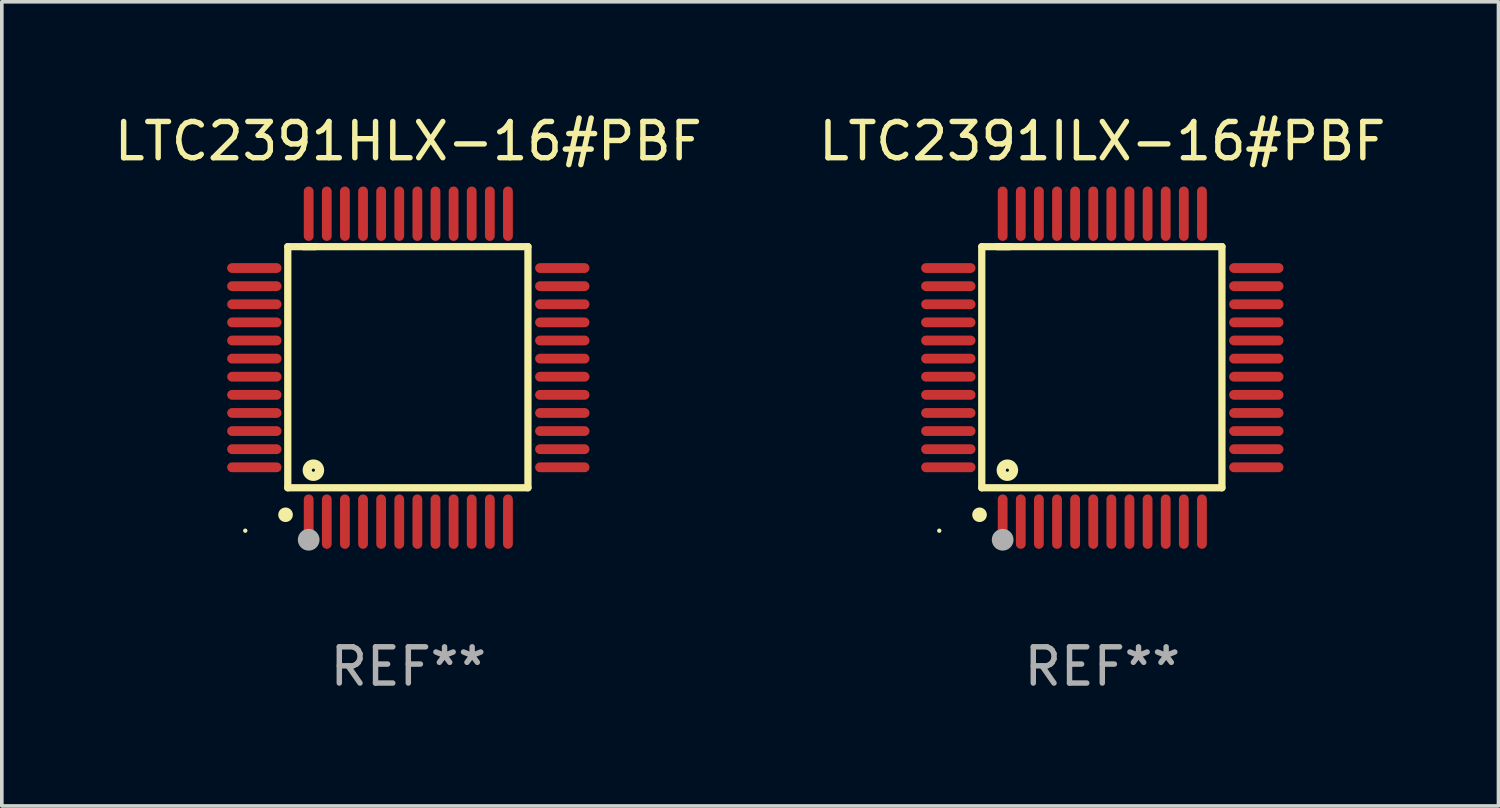
<source format=kicad_pcb>
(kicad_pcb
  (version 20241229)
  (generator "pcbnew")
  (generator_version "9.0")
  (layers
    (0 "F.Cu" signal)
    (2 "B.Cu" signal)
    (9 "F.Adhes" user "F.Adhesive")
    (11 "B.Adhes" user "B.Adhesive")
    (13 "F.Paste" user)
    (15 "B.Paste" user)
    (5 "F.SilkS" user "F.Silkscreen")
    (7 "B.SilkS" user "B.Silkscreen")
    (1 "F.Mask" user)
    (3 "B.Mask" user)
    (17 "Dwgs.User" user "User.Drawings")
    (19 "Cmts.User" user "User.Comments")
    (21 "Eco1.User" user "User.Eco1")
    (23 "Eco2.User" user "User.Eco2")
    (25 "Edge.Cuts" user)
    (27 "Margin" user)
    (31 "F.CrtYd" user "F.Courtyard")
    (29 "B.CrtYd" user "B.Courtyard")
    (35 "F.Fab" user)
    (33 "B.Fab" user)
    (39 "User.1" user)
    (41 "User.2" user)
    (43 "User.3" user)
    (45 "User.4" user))
  (footprint "LTC2391HLX-16#PBF"
    (layer "F.Cu")
    (at 8.22 7.098)
    (property "Reference" "LTC2391HLX-16#PBF" (at 0 -6.25 0) (layer "F.SilkS") (effects (font (size 1 1) (thickness 0.15))))
    (attr through_hole)
    (fp_line (start -3.327 -3.34) (end -2.565 -3.34) (stroke (width 0.2) (type solid)) (layer "F.SilkS"))
    (fp_line (start -3.327 3.315) (end -3.327 -3.34) (stroke (width 0.2) (type solid)) (layer "F.SilkS"))
    (fp_line (start -2.896 -3.34) (end 3.302 -3.34) (stroke (width 0.2) (type solid)) (layer "F.SilkS"))
    (fp_line (start 3.302 -3.34) (end 3.302 3.315) (stroke (width 0.2) (type solid)) (layer "F.SilkS"))
    (fp_line (start 3.302 3.315) (end -3.327 3.315) (stroke (width 0.2) (type solid)) (layer "F.SilkS"))
    (fp_arc (start -3.389992 4.059995) (mid -3.388722 4.059991) (end -3.387452 4.059995) (stroke (width 0.4) (type solid)) (layer "F.SilkS"))
    (fp_circle (center -4.5 4.5) (end -4.47 4.5) (stroke (width 0.06) (type solid)) (fill no) (layer "F.SilkS"))
    (fp_circle (center -2.62 2.83) (end -2.45 2.83) (stroke (width 0.254) (type solid)) (fill no) (layer "F.SilkS"))
    (fp_circle (center -2.75 4.75) (end -2.6 4.75) (stroke (width 0.3) (type solid)) (fill no) (layer "F.Fab"))
    (fp_text user "REF**" (at 0 8.25 0) (layer "F.Fab") (effects (font (size 1 1) (thickness 0.15))))
    (pad "1" smd oval (at -2.75 4.25) (size 0.27 1.5) (layers "F.Cu" "F.Mask" "F.Paste"))
    (pad "2" smd oval (at -2.25 4.25) (size 0.27 1.5) (layers "F.Cu" "F.Mask" "F.Paste"))
    (pad "3" smd oval (at -1.75 4.25) (size 0.27 1.5) (layers "F.Cu" "F.Mask" "F.Paste"))
    (pad "4" smd oval (at -1.25 4.25) (size 0.27 1.5) (layers "F.Cu" "F.Mask" "F.Paste"))
    (pad "5" smd oval (at -0.75 4.25) (size 0.27 1.5) (layers "F.Cu" "F.Mask" "F.Paste"))
    (pad "6" smd oval (at -0.25 4.25) (size 0.27 1.5) (layers "F.Cu" "F.Mask" "F.Paste"))
    (pad "7" smd oval (at 0.25 4.25) (size 0.27 1.5) (layers "F.Cu" "F.Mask" "F.Paste"))
    (pad "8" smd oval (at 0.75 4.25) (size 0.27 1.5) (layers "F.Cu" "F.Mask" "F.Paste"))
    (pad "9" smd oval (at 1.25 4.25) (size 0.27 1.5) (layers "F.Cu" "F.Mask" "F.Paste"))
    (pad "10" smd oval (at 1.75 4.25) (size 0.27 1.5) (layers "F.Cu" "F.Mask" "F.Paste"))
    (pad "11" smd oval (at 2.25 4.25) (size 0.27 1.5) (layers "F.Cu" "F.Mask" "F.Paste"))
    (pad "12" smd oval (at 2.75 4.25) (size 0.27 1.5) (layers "F.Cu" "F.Mask" "F.Paste"))
    (pad "13" smd oval (at 4.25 2.75) (size 1.5 0.27) (layers "F.Cu" "F.Mask" "F.Paste"))
    (pad "14" smd oval (at 4.25 2.25) (size 1.5 0.27) (layers "F.Cu" "F.Mask" "F.Paste"))
    (pad "15" smd oval (at 4.25 1.75) (size 1.5 0.27) (layers "F.Cu" "F.Mask" "F.Paste"))
    (pad "16" smd oval (at 4.25 1.25) (size 1.5 0.27) (layers "F.Cu" "F.Mask" "F.Paste"))
    (pad "17" smd oval (at 4.25 0.75) (size 1.5 0.27) (layers "F.Cu" "F.Mask" "F.Paste"))
    (pad "18" smd oval (at 4.25 0.25) (size 1.5 0.27) (layers "F.Cu" "F.Mask" "F.Paste"))
    (pad "19" smd oval (at 4.25 -0.25) (size 1.5 0.27) (layers "F.Cu" "F.Mask" "F.Paste"))
    (pad "20" smd oval (at 4.25 -0.75) (size 1.5 0.27) (layers "F.Cu" "F.Mask" "F.Paste"))
    (pad "21" smd oval (at 4.25 -1.25) (size 1.5 0.27) (layers "F.Cu" "F.Mask" "F.Paste"))
    (pad "22" smd oval (at 4.25 -1.75) (size 1.5 0.27) (layers "F.Cu" "F.Mask" "F.Paste"))
    (pad "23" smd oval (at 4.25 -2.25) (size 1.5 0.27) (layers "F.Cu" "F.Mask" "F.Paste"))
    (pad "24" smd oval (at 4.25 -2.75) (size 1.5 0.27) (layers "F.Cu" "F.Mask" "F.Paste"))
    (pad "25" smd oval (at 2.75 -4.25) (size 0.27 1.5) (layers "F.Cu" "F.Mask" "F.Paste"))
    (pad "26" smd oval (at 2.25 -4.25) (size 0.27 1.5) (layers "F.Cu" "F.Mask" "F.Paste"))
    (pad "27" smd oval (at 1.75 -4.25) (size 0.27 1.5) (layers "F.Cu" "F.Mask" "F.Paste"))
    (pad "28" smd oval (at 1.25 -4.25) (size 0.27 1.5) (layers "F.Cu" "F.Mask" "F.Paste"))
    (pad "29" smd oval (at 0.75 -4.25) (size 0.27 1.5) (layers "F.Cu" "F.Mask" "F.Paste"))
    (pad "30" smd oval (at 0.25 -4.25) (size 0.27 1.5) (layers "F.Cu" "F.Mask" "F.Paste"))
    (pad "31" smd oval (at -0.25 -4.25) (size 0.27 1.5) (layers "F.Cu" "F.Mask" "F.Paste"))
    (pad "32" smd oval (at -0.75 -4.25) (size 0.27 1.5) (layers "F.Cu" "F.Mask" "F.Paste"))
    (pad "33" smd oval (at -1.25 -4.25) (size 0.27 1.5) (layers "F.Cu" "F.Mask" "F.Paste"))
    (pad "34" smd oval (at -1.75 -4.25) (size 0.27 1.5) (layers "F.Cu" "F.Mask" "F.Paste"))
    (pad "35" smd oval (at -2.25 -4.25) (size 0.27 1.5) (layers "F.Cu" "F.Mask" "F.Paste"))
    (pad "36" smd oval (at -2.75 -4.25) (size 0.27 1.5) (layers "F.Cu" "F.Mask" "F.Paste"))
    (pad "37" smd oval (at -4.25 -2.75) (size 1.5 0.27) (layers "F.Cu" "F.Mask" "F.Paste"))
    (pad "38" smd oval (at -4.25 -2.25) (size 1.5 0.27) (layers "F.Cu" "F.Mask" "F.Paste"))
    (pad "39" smd oval (at -4.25 -1.75) (size 1.5 0.27) (layers "F.Cu" "F.Mask" "F.Paste"))
    (pad "40" smd oval (at -4.25 -1.25) (size 1.5 0.27) (layers "F.Cu" "F.Mask" "F.Paste"))
    (pad "41" smd oval (at -4.25 -0.75) (size 1.5 0.27) (layers "F.Cu" "F.Mask" "F.Paste"))
    (pad "42" smd oval (at -4.25 -0.25) (size 1.5 0.27) (layers "F.Cu" "F.Mask" "F.Paste"))
    (pad "43" smd oval (at -4.25 0.25) (size 1.5 0.27) (layers "F.Cu" "F.Mask" "F.Paste"))
    (pad "44" smd oval (at -4.25 0.75) (size 1.5 0.27) (layers "F.Cu" "F.Mask" "F.Paste"))
    (pad "45" smd oval (at -4.25 1.25) (size 1.5 0.27) (layers "F.Cu" "F.Mask" "F.Paste"))
    (pad "46" smd oval (at -4.25 1.75) (size 1.5 0.27) (layers "F.Cu" "F.Mask" "F.Paste"))
    (pad "47" smd oval (at -4.25 2.25) (size 1.5 0.27) (layers "F.Cu" "F.Mask" "F.Paste"))
    (pad "48" smd oval (at -4.25 2.75) (size 1.5 0.27) (layers "F.Cu" "F.Mask" "F.Paste")))
  (footprint "LTC2391ILX-16#PBF"
    (layer "F.Cu")
    (at 27.375 7.098)
    (property "Reference" "LTC2391ILX-16#PBF" (at 0 -6.25 0) (layer "F.SilkS") (effects (font (size 1 1) (thickness 0.15))))
    (attr through_hole)
    (fp_line (start -3.327 -3.34) (end -2.565 -3.34) (stroke (width 0.2) (type solid)) (layer "F.SilkS"))
    (fp_line (start -3.327 3.315) (end -3.327 -3.34) (stroke (width 0.2) (type solid)) (layer "F.SilkS"))
    (fp_line (start -2.896 -3.34) (end 3.302 -3.34) (stroke (width 0.2) (type solid)) (layer "F.SilkS"))
    (fp_line (start 3.302 -3.34) (end 3.302 3.315) (stroke (width 0.2) (type solid)) (layer "F.SilkS"))
    (fp_line (start 3.302 3.315) (end -3.327 3.315) (stroke (width 0.2) (type solid)) (layer "F.SilkS"))
    (fp_arc (start -3.389992 4.059995) (mid -3.388722 4.059991) (end -3.387452 4.059995) (stroke (width 0.4) (type solid)) (layer "F.SilkS"))
    (fp_circle (center -4.5 4.5) (end -4.47 4.5) (stroke (width 0.06) (type solid)) (fill no) (layer "F.SilkS"))
    (fp_circle (center -2.62 2.83) (end -2.45 2.83) (stroke (width 0.254) (type solid)) (fill no) (layer "F.SilkS"))
    (fp_circle (center -2.75 4.75) (end -2.6 4.75) (stroke (width 0.3) (type solid)) (fill no) (layer "F.Fab"))
    (fp_text user "REF**" (at 0 8.25 0) (layer "F.Fab") (effects (font (size 1 1) (thickness 0.15))))
    (pad "1" smd oval (at -2.75 4.25) (size 0.27 1.5) (layers "F.Cu" "F.Mask" "F.Paste"))
    (pad "2" smd oval (at -2.25 4.25) (size 0.27 1.5) (layers "F.Cu" "F.Mask" "F.Paste"))
    (pad "3" smd oval (at -1.75 4.25) (size 0.27 1.5) (layers "F.Cu" "F.Mask" "F.Paste"))
    (pad "4" smd oval (at -1.25 4.25) (size 0.27 1.5) (layers "F.Cu" "F.Mask" "F.Paste"))
    (pad "5" smd oval (at -0.75 4.25) (size 0.27 1.5) (layers "F.Cu" "F.Mask" "F.Paste"))
    (pad "6" smd oval (at -0.25 4.25) (size 0.27 1.5) (layers "F.Cu" "F.Mask" "F.Paste"))
    (pad "7" smd oval (at 0.25 4.25) (size 0.27 1.5) (layers "F.Cu" "F.Mask" "F.Paste"))
    (pad "8" smd oval (at 0.75 4.25) (size 0.27 1.5) (layers "F.Cu" "F.Mask" "F.Paste"))
    (pad "9" smd oval (at 1.25 4.25) (size 0.27 1.5) (layers "F.Cu" "F.Mask" "F.Paste"))
    (pad "10" smd oval (at 1.75 4.25) (size 0.27 1.5) (layers "F.Cu" "F.Mask" "F.Paste"))
    (pad "11" smd oval (at 2.25 4.25) (size 0.27 1.5) (layers "F.Cu" "F.Mask" "F.Paste"))
    (pad "12" smd oval (at 2.75 4.25) (size 0.27 1.5) (layers "F.Cu" "F.Mask" "F.Paste"))
    (pad "13" smd oval (at 4.25 2.75) (size 1.5 0.27) (layers "F.Cu" "F.Mask" "F.Paste"))
    (pad "14" smd oval (at 4.25 2.25) (size 1.5 0.27) (layers "F.Cu" "F.Mask" "F.Paste"))
    (pad "15" smd oval (at 4.25 1.75) (size 1.5 0.27) (layers "F.Cu" "F.Mask" "F.Paste"))
    (pad "16" smd oval (at 4.25 1.25) (size 1.5 0.27) (layers "F.Cu" "F.Mask" "F.Paste"))
    (pad "17" smd oval (at 4.25 0.75) (size 1.5 0.27) (layers "F.Cu" "F.Mask" "F.Paste"))
    (pad "18" smd oval (at 4.25 0.25) (size 1.5 0.27) (layers "F.Cu" "F.Mask" "F.Paste"))
    (pad "19" smd oval (at 4.25 -0.25) (size 1.5 0.27) (layers "F.Cu" "F.Mask" "F.Paste"))
    (pad "20" smd oval (at 4.25 -0.75) (size 1.5 0.27) (layers "F.Cu" "F.Mask" "F.Paste"))
    (pad "21" smd oval (at 4.25 -1.25) (size 1.5 0.27) (layers "F.Cu" "F.Mask" "F.Paste"))
    (pad "22" smd oval (at 4.25 -1.75) (size 1.5 0.27) (layers "F.Cu" "F.Mask" "F.Paste"))
    (pad "23" smd oval (at 4.25 -2.25) (size 1.5 0.27) (layers "F.Cu" "F.Mask" "F.Paste"))
    (pad "24" smd oval (at 4.25 -2.75) (size 1.5 0.27) (layers "F.Cu" "F.Mask" "F.Paste"))
    (pad "25" smd oval (at 2.75 -4.25) (size 0.27 1.5) (layers "F.Cu" "F.Mask" "F.Paste"))
    (pad "26" smd oval (at 2.25 -4.25) (size 0.27 1.5) (layers "F.Cu" "F.Mask" "F.Paste"))
    (pad "27" smd oval (at 1.75 -4.25) (size 0.27 1.5) (layers "F.Cu" "F.Mask" "F.Paste"))
    (pad "28" smd oval (at 1.25 -4.25) (size 0.27 1.5) (layers "F.Cu" "F.Mask" "F.Paste"))
    (pad "29" smd oval (at 0.75 -4.25) (size 0.27 1.5) (layers "F.Cu" "F.Mask" "F.Paste"))
    (pad "30" smd oval (at 0.25 -4.25) (size 0.27 1.5) (layers "F.Cu" "F.Mask" "F.Paste"))
    (pad "31" smd oval (at -0.25 -4.25) (size 0.27 1.5) (layers "F.Cu" "F.Mask" "F.Paste"))
    (pad "32" smd oval (at -0.75 -4.25) (size 0.27 1.5) (layers "F.Cu" "F.Mask" "F.Paste"))
    (pad "33" smd oval (at -1.25 -4.25) (size 0.27 1.5) (layers "F.Cu" "F.Mask" "F.Paste"))
    (pad "34" smd oval (at -1.75 -4.25) (size 0.27 1.5) (layers "F.Cu" "F.Mask" "F.Paste"))
    (pad "35" smd oval (at -2.25 -4.25) (size 0.27 1.5) (layers "F.Cu" "F.Mask" "F.Paste"))
    (pad "36" smd oval (at -2.75 -4.25) (size 0.27 1.5) (layers "F.Cu" "F.Mask" "F.Paste"))
    (pad "37" smd oval (at -4.25 -2.75) (size 1.5 0.27) (layers "F.Cu" "F.Mask" "F.Paste"))
    (pad "38" smd oval (at -4.25 -2.25) (size 1.5 0.27) (layers "F.Cu" "F.Mask" "F.Paste"))
    (pad "39" smd oval (at -4.25 -1.75) (size 1.5 0.27) (layers "F.Cu" "F.Mask" "F.Paste"))
    (pad "40" smd oval (at -4.25 -1.25) (size 1.5 0.27) (layers "F.Cu" "F.Mask" "F.Paste"))
    (pad "41" smd oval (at -4.25 -0.75) (size 1.5 0.27) (layers "F.Cu" "F.Mask" "F.Paste"))
    (pad "42" smd oval (at -4.25 -0.25) (size 1.5 0.27) (layers "F.Cu" "F.Mask" "F.Paste"))
    (pad "43" smd oval (at -4.25 0.25) (size 1.5 0.27) (layers "F.Cu" "F.Mask" "F.Paste"))
    (pad "44" smd oval (at -4.25 0.75) (size 1.5 0.27) (layers "F.Cu" "F.Mask" "F.Paste"))
    (pad "45" smd oval (at -4.25 1.25) (size 1.5 0.27) (layers "F.Cu" "F.Mask" "F.Paste"))
    (pad "46" smd oval (at -4.25 1.75) (size 1.5 0.27) (layers "F.Cu" "F.Mask" "F.Paste"))
    (pad "47" smd oval (at -4.25 2.25) (size 1.5 0.27) (layers "F.Cu" "F.Mask" "F.Paste"))
    (pad "48" smd oval (at -4.25 2.75) (size 1.5 0.27) (layers "F.Cu" "F.Mask" "F.Paste")))
  (gr_rect
    (start -3 -3)
    (end 38.31 19.196)
    (stroke (width 0.1) (type default))
    (fill no)
    (layer "Edge.Cuts")))
</source>
